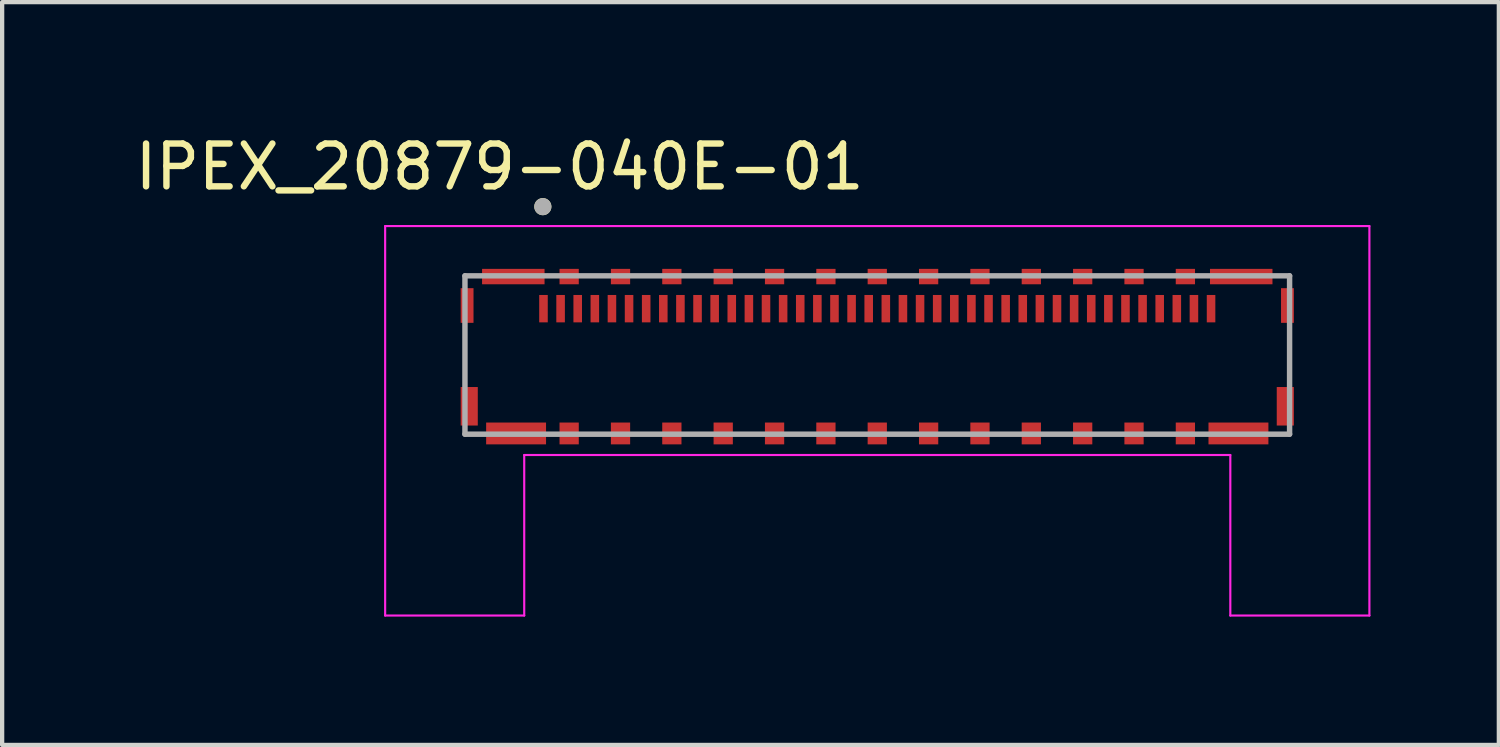
<source format=kicad_pcb>
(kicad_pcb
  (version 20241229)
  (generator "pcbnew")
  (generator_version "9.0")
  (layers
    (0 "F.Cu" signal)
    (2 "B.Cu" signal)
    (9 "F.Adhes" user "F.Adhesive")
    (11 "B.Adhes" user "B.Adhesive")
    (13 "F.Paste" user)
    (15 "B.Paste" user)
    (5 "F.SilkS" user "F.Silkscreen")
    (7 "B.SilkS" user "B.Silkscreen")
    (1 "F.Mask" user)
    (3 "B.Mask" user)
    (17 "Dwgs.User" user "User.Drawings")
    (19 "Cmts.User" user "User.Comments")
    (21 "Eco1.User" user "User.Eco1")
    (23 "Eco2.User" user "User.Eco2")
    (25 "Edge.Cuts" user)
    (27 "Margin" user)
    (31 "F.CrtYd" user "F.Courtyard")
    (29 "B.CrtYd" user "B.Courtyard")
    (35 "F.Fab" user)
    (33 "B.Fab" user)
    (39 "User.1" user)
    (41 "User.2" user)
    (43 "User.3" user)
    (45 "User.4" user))
  (footprint "IPEX_20879-040E-01"
    (layer "F.Cu")
    (at 17.45 5.246)
    (property "Reference" "IPEX_20879-040E-01" (at -8.825 -4.397 0) (layer "F.SilkS") (effects (font (size 1 1) (thickness 0.15))))
    (attr through_hole)
    (fp_circle (center -7.815 -3.467) (end -7.715 -3.467) (stroke (width 0.2) (type solid)) (fill no) (layer "F.SilkS"))
    (fp_line (start -11.5 -3.013) (end 11.5 -3.013) (stroke (width 0.05) (type solid)) (layer "F.CrtYd"))
    (fp_line (start -11.5 6.088) (end -11.5 -3.013) (stroke (width 0.05) (type solid)) (layer "F.CrtYd"))
    (fp_line (start -8.25 2.337) (end -8.25 6.088) (stroke (width 0.05) (type solid)) (layer "F.CrtYd"))
    (fp_line (start -8.25 6.088) (end -11.5 6.088) (stroke (width 0.05) (type solid)) (layer "F.CrtYd"))
    (fp_line (start 8.25 2.337) (end -8.25 2.337) (stroke (width 0.05) (type solid)) (layer "F.CrtYd"))
    (fp_line (start 8.25 6.088) (end 8.25 2.337) (stroke (width 0.05) (type solid)) (layer "F.CrtYd"))
    (fp_line (start 11.5 -3.013) (end 11.5 6.088) (stroke (width 0.05) (type solid)) (layer "F.CrtYd"))
    (fp_line (start 11.5 6.088) (end 8.25 6.088) (stroke (width 0.05) (type solid)) (layer "F.CrtYd"))
    (fp_line (start -9.635 -1.85) (end 9.635 -1.85) (stroke (width 0.127) (type solid)) (layer "F.Fab"))
    (fp_line (start -9.635 1.85) (end -9.635 -1.85) (stroke (width 0.127) (type solid)) (layer "F.Fab"))
    (fp_line (start 9.635 -1.85) (end 9.635 1.85) (stroke (width 0.127) (type solid)) (layer "F.Fab"))
    (fp_line (start 9.635 1.85) (end -9.635 1.85) (stroke (width 0.127) (type solid)) (layer "F.Fab"))
    (fp_circle (center -7.815 -3.467) (end -7.715 -3.467) (stroke (width 0.2) (type solid)) (fill no) (layer "F.Fab"))
    (pad "1" smd rect (at -7.8 -1.083) (size 0.2 0.64) (layers "F.Cu" "F.Mask" "F.Paste"))
    (pad "2" smd rect (at -7.4 -1.083) (size 0.2 0.64) (layers "F.Cu" "F.Mask" "F.Paste"))
    (pad "3" smd rect (at -7 -1.083) (size 0.2 0.64) (layers "F.Cu" "F.Mask" "F.Paste"))
    (pad "4" smd rect (at -6.6 -1.083) (size 0.2 0.64) (layers "F.Cu" "F.Mask" "F.Paste"))
    (pad "5" smd rect (at -6.2 -1.083) (size 0.2 0.64) (layers "F.Cu" "F.Mask" "F.Paste"))
    (pad "6" smd rect (at -5.8 -1.083) (size 0.2 0.64) (layers "F.Cu" "F.Mask" "F.Paste"))
    (pad "7" smd rect (at -5.4 -1.083) (size 0.2 0.64) (layers "F.Cu" "F.Mask" "F.Paste"))
    (pad "8" smd rect (at -5 -1.083) (size 0.2 0.64) (layers "F.Cu" "F.Mask" "F.Paste"))
    (pad "9" smd rect (at -4.6 -1.083) (size 0.2 0.64) (layers "F.Cu" "F.Mask" "F.Paste"))
    (pad "10" smd rect (at -4.2 -1.083) (size 0.2 0.64) (layers "F.Cu" "F.Mask" "F.Paste"))
    (pad "11" smd rect (at -3.8 -1.083) (size 0.2 0.64) (layers "F.Cu" "F.Mask" "F.Paste"))
    (pad "12" smd rect (at -3.4 -1.083) (size 0.2 0.64) (layers "F.Cu" "F.Mask" "F.Paste"))
    (pad "13" smd rect (at -3 -1.083) (size 0.2 0.64) (layers "F.Cu" "F.Mask" "F.Paste"))
    (pad "14" smd rect (at -2.6 -1.083) (size 0.2 0.64) (layers "F.Cu" "F.Mask" "F.Paste"))
    (pad "15" smd rect (at -2.2 -1.083) (size 0.2 0.64) (layers "F.Cu" "F.Mask" "F.Paste"))
    (pad "16" smd rect (at -1.8 -1.083) (size 0.2 0.64) (layers "F.Cu" "F.Mask" "F.Paste"))
    (pad "17" smd rect (at -1.4 -1.083) (size 0.2 0.64) (layers "F.Cu" "F.Mask" "F.Paste"))
    (pad "18" smd rect (at -1 -1.083) (size 0.2 0.64) (layers "F.Cu" "F.Mask" "F.Paste"))
    (pad "19" smd rect (at -0.6 -1.083) (size 0.2 0.64) (layers "F.Cu" "F.Mask" "F.Paste"))
    (pad "20" smd rect (at -0.2 -1.083) (size 0.2 0.64) (layers "F.Cu" "F.Mask" "F.Paste"))
    (pad "21" smd rect (at 0.2 -1.083) (size 0.2 0.64) (layers "F.Cu" "F.Mask" "F.Paste"))
    (pad "22" smd rect (at 0.6 -1.083) (size 0.2 0.64) (layers "F.Cu" "F.Mask" "F.Paste"))
    (pad "23" smd rect (at 1 -1.083) (size 0.2 0.64) (layers "F.Cu" "F.Mask" "F.Paste"))
    (pad "24" smd rect (at 1.4 -1.083) (size 0.2 0.64) (layers "F.Cu" "F.Mask" "F.Paste"))
    (pad "25" smd rect (at 1.8 -1.083) (size 0.2 0.64) (layers "F.Cu" "F.Mask" "F.Paste"))
    (pad "26" smd rect (at 2.2 -1.083) (size 0.2 0.64) (layers "F.Cu" "F.Mask" "F.Paste"))
    (pad "27" smd rect (at 2.6 -1.083) (size 0.2 0.64) (layers "F.Cu" "F.Mask" "F.Paste"))
    (pad "28" smd rect (at 3 -1.083) (size 0.2 0.64) (layers "F.Cu" "F.Mask" "F.Paste"))
    (pad "29" smd rect (at 3.4 -1.083) (size 0.2 0.64) (layers "F.Cu" "F.Mask" "F.Paste"))
    (pad "30" smd rect (at 3.8 -1.083) (size 0.2 0.64) (layers "F.Cu" "F.Mask" "F.Paste"))
    (pad "31" smd rect (at 4.2 -1.083) (size 0.2 0.64) (layers "F.Cu" "F.Mask" "F.Paste"))
    (pad "32" smd rect (at 4.6 -1.083) (size 0.2 0.64) (layers "F.Cu" "F.Mask" "F.Paste"))
    (pad "33" smd rect (at 5 -1.083) (size 0.2 0.64) (layers "F.Cu" "F.Mask" "F.Paste"))
    (pad "34" smd rect (at 5.4 -1.083) (size 0.2 0.64) (layers "F.Cu" "F.Mask" "F.Paste"))
    (pad "35" smd rect (at 5.8 -1.083) (size 0.2 0.64) (layers "F.Cu" "F.Mask" "F.Paste"))
    (pad "36" smd rect (at 6.2 -1.083) (size 0.2 0.64) (layers "F.Cu" "F.Mask" "F.Paste"))
    (pad "37" smd rect (at 6.6 -1.083) (size 0.2 0.64) (layers "F.Cu" "F.Mask" "F.Paste"))
    (pad "38" smd rect (at 7 -1.083) (size 0.2 0.64) (layers "F.Cu" "F.Mask" "F.Paste"))
    (pad "39" smd rect (at 7.4 -1.083) (size 0.2 0.64) (layers "F.Cu" "F.Mask" "F.Paste"))
    (pad "40" smd rect (at 7.8 -1.083) (size 0.2 0.64) (layers "F.Cu" "F.Mask" "F.Paste"))
    (pad "S1" smd rect (at -8.505 -1.833) (size 1.46 0.36) (layers "F.Cu" "F.Mask" "F.Paste"))
    (pad "S2" smd rect (at -7.2 -1.833) (size 0.45 0.36) (layers "F.Cu" "F.Mask" "F.Paste"))
    (pad "S3" smd rect (at -6 -1.833) (size 0.45 0.36) (layers "F.Cu" "F.Mask" "F.Paste"))
    (pad "S4" smd rect (at -4.8 -1.833) (size 0.45 0.36) (layers "F.Cu" "F.Mask" "F.Paste"))
    (pad "S5" smd rect (at -3.6 -1.833) (size 0.45 0.36) (layers "F.Cu" "F.Mask" "F.Paste"))
    (pad "S6" smd rect (at -2.4 -1.833) (size 0.45 0.36) (layers "F.Cu" "F.Mask" "F.Paste"))
    (pad "S7" smd rect (at -1.2 -1.833) (size 0.45 0.36) (layers "F.Cu" "F.Mask" "F.Paste"))
    (pad "S8" smd rect (at 0 -1.833) (size 0.45 0.36) (layers "F.Cu" "F.Mask" "F.Paste"))
    (pad "S9" smd rect (at 1.2 -1.833) (size 0.45 0.36) (layers "F.Cu" "F.Mask" "F.Paste"))
    (pad "S10" smd rect (at 2.4 -1.833) (size 0.45 0.36) (layers "F.Cu" "F.Mask" "F.Paste"))
    (pad "S11" smd rect (at 3.6 -1.833) (size 0.45 0.36) (layers "F.Cu" "F.Mask" "F.Paste"))
    (pad "S12" smd rect (at 4.8 -1.833) (size 0.45 0.36) (layers "F.Cu" "F.Mask" "F.Paste"))
    (pad "S13" smd rect (at 6 -1.833) (size 0.45 0.36) (layers "F.Cu" "F.Mask" "F.Paste"))
    (pad "S14" smd rect (at 7.2 -1.833) (size 0.45 0.36) (layers "F.Cu" "F.Mask" "F.Paste"))
    (pad "S15" smd rect (at 8.505 -1.833) (size 1.46 0.36) (layers "F.Cu" "F.Mask" "F.Paste"))
    (pad "S16" smd rect (at 9.585 -1.157) (size 0.3 0.81) (layers "F.Cu" "F.Mask" "F.Paste"))
    (pad "S17" smd rect (at 9.535 1.198) (size 0.4 0.9) (layers "F.Cu" "F.Mask" "F.Paste"))
    (pad "S18" smd rect (at 8.44 1.833) (size 1.4 0.51) (layers "F.Cu" "F.Mask" "F.Paste"))
    (pad "S19" smd rect (at 7.2 1.833) (size 0.45 0.51) (layers "F.Cu" "F.Mask" "F.Paste"))
    (pad "S20" smd rect (at 6 1.833) (size 0.45 0.51) (layers "F.Cu" "F.Mask" "F.Paste"))
    (pad "S21" smd rect (at 4.8 1.833) (size 0.45 0.51) (layers "F.Cu" "F.Mask" "F.Paste"))
    (pad "S22" smd rect (at 3.6 1.833) (size 0.45 0.51) (layers "F.Cu" "F.Mask" "F.Paste"))
    (pad "S23" smd rect (at 2.4 1.833) (size 0.45 0.51) (layers "F.Cu" "F.Mask" "F.Paste"))
    (pad "S24" smd rect (at 1.2 1.833) (size 0.45 0.51) (layers "F.Cu" "F.Mask" "F.Paste"))
    (pad "S25" smd rect (at 0 1.833) (size 0.45 0.51) (layers "F.Cu" "F.Mask" "F.Paste"))
    (pad "S26" smd rect (at -1.2 1.833) (size 0.45 0.51) (layers "F.Cu" "F.Mask" "F.Paste"))
    (pad "S27" smd rect (at -2.4 1.833) (size 0.45 0.51) (layers "F.Cu" "F.Mask" "F.Paste"))
    (pad "S28" smd rect (at -3.6 1.833) (size 0.45 0.51) (layers "F.Cu" "F.Mask" "F.Paste"))
    (pad "S29" smd rect (at -4.8 1.833) (size 0.45 0.51) (layers "F.Cu" "F.Mask" "F.Paste"))
    (pad "S30" smd rect (at -6 1.833) (size 0.45 0.51) (layers "F.Cu" "F.Mask" "F.Paste"))
    (pad "S31" smd rect (at -7.2 1.833) (size 0.45 0.51) (layers "F.Cu" "F.Mask" "F.Paste"))
    (pad "S32" smd rect (at -8.44 1.833) (size 1.4 0.51) (layers "F.Cu" "F.Mask" "F.Paste"))
    (pad "S33" smd rect (at -9.535 1.198) (size 0.4 0.9) (layers "F.Cu" "F.Mask" "F.Paste"))
    (pad "S34" smd rect (at -9.585 -1.157) (size 0.3 0.81) (layers "F.Cu" "F.Mask" "F.Paste"))
    (zone (net_name "") (layer "F.Cu") (hatch full 0.508) (connect_pads) (min_thickness 0.01) (filled_areas_thickness no) (keepout (tracks allowed) (vias not_allowed) (pads not_allowed) (copperpour not_allowed) (footprints allowed)) (placement (enabled no)) (fill) (polygon (pts (xy 9.45 4.483) (xy 25.45 4.483) (xy 25.45 5.683) (xy 9.45 5.683))))
    (zone (net_name "") (layers "F.Cu" "B.Cu") (hatch full 0.508) (connect_pads) (min_thickness 0.01) (filled_areas_thickness no) (keepout (tracks allowed) (vias not_allowed) (pads allowed) (copperpour allowed) (footprints allowed)) (placement (enabled no)) (fill) (polygon (pts (xy 9.45 4.483) (xy 25.45 4.483) (xy 25.45 5.683) (xy 9.45 5.683)))))
  (gr_rect
    (start -3 -3)
    (end 31.975 14.358)
    (stroke (width 0.1) (type default))
    (fill no)
    (layer "Edge.Cuts")))
</source>
